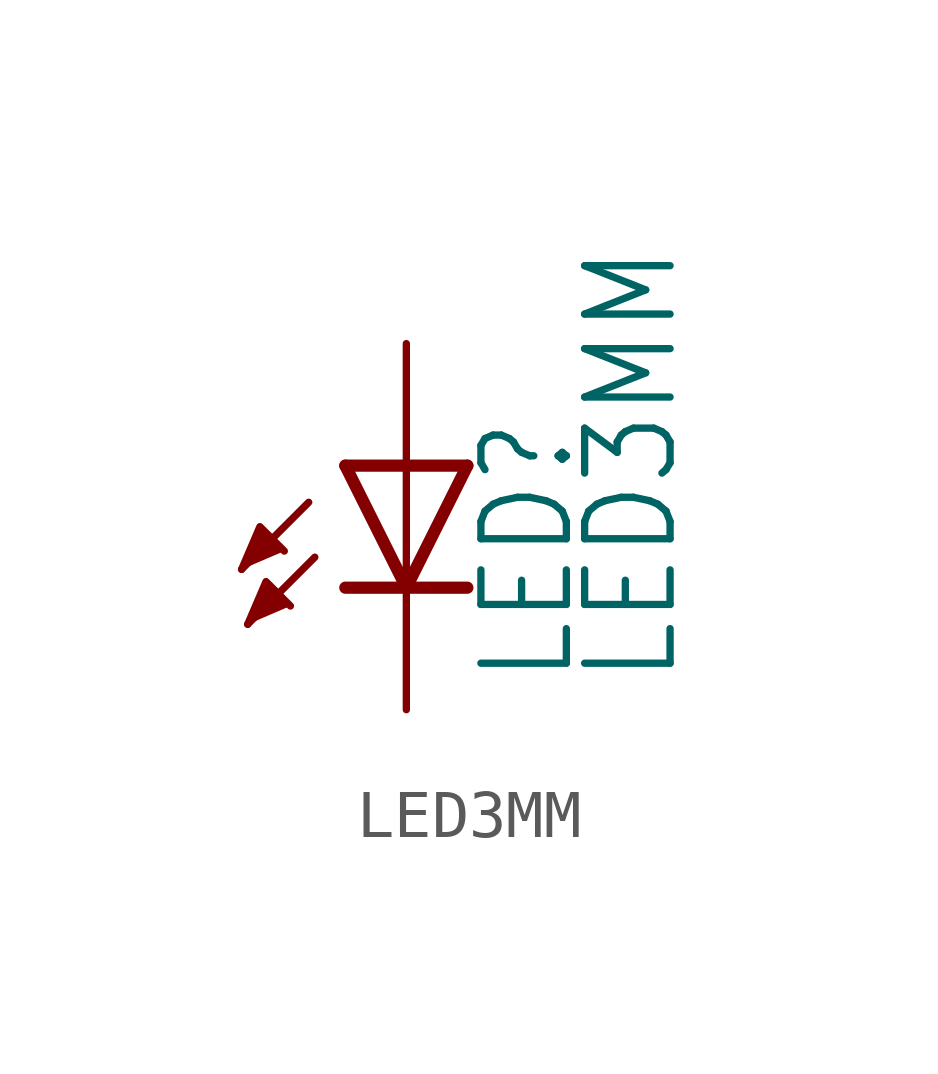
<source format=kicad_sym>
(kicad_symbol_lib
  (version 20211014)
  (generator kicad_symbol_editor)
  (symbol "LED3MM"
    (property "Reference" "LED"
      (at 3.556 -4.572 90)
      (effects (font (size 1.778 1.511)) (justify left bottom)))
    (property "Value" "LED3MM"
      (at 5.715 -4.572 90)
      (effects (font (size 1.778 1.511)) (justify left bottom)))
    (property "ki_locked" ""
      (at 0 0 0)
      (effects (font (size 1.27 1.27))))
    (symbol "LED3MM_1_0"
      (polyline (pts (xy -2.032 -0.762) (xy -3.429 -2.159)) (stroke (width 0.152) (type default) (color 0 0 0 0)) (fill (type none)))
      (polyline (pts (xy -1.905 -1.905) (xy -3.302 -3.302)) (stroke (width 0.152) (type default) (color 0 0 0 0)) (fill (type none)))
      (polyline (pts (xy 0 -2.54) (xy -1.27 -2.54)) (stroke (width 0.254) (type default) (color 0 0 0 0)) (fill (type none)))
      (polyline (pts (xy 0 -2.54) (xy -1.27 0)) (stroke (width 0.254) (type default) (color 0 0 0 0)) (fill (type none)))
      (polyline (pts (xy 0 0) (xy -1.27 0)) (stroke (width 0.254) (type default) (color 0 0 0 0)) (fill (type none)))
      (polyline (pts (xy 0 0) (xy 0 -2.54)) (stroke (width 0.152) (type default) (color 0 0 0 0)) (fill (type none)))
      (polyline (pts (xy 1.27 -2.54) (xy 0 -2.54)) (stroke (width 0.254) (type default) (color 0 0 0 0)) (fill (type none)))
      (polyline (pts (xy 1.27 0) (xy 0 -2.54)) (stroke (width 0.254) (type default) (color 0 0 0 0)) (fill (type none)))
      (polyline (pts (xy 1.27 0) (xy 0 0)) (stroke (width 0.254) (type default) (color 0 0 0 0)) (fill (type none)))
      (polyline (pts (xy -3.429 -2.159) (xy -3.048 -1.27) (xy -2.54 -1.778)) (stroke (width 0) (type default) (color 0 0 0 0)) (fill (type outline)))
      (polyline (pts (xy -3.302 -3.302) (xy -2.921 -2.413) (xy -2.413 -2.921)) (stroke (width 0) (type default) (color 0 0 0 0)) (fill (type outline)))
      (pin passive line (at 0 2.54 270) (length 2.54) (name "A" (effects (font (size 0 0)))) (number "A" (effects (font (size 0 0)))))
      (pin passive line (at 0 -5.08 90) (length 2.54) (name "C" (effects (font (size 0 0)))) (number "K" (effects (font (size 0 0))))))))
</source>
